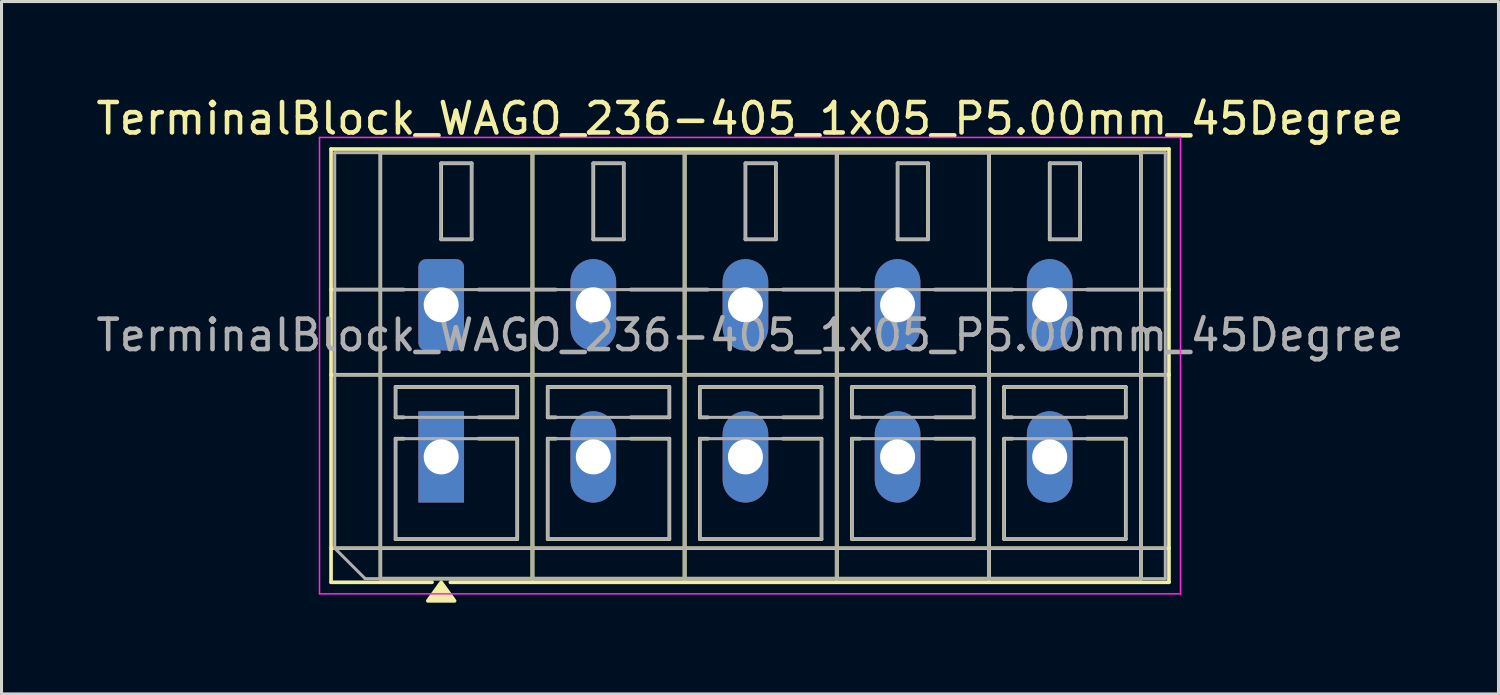
<source format=kicad_pcb>
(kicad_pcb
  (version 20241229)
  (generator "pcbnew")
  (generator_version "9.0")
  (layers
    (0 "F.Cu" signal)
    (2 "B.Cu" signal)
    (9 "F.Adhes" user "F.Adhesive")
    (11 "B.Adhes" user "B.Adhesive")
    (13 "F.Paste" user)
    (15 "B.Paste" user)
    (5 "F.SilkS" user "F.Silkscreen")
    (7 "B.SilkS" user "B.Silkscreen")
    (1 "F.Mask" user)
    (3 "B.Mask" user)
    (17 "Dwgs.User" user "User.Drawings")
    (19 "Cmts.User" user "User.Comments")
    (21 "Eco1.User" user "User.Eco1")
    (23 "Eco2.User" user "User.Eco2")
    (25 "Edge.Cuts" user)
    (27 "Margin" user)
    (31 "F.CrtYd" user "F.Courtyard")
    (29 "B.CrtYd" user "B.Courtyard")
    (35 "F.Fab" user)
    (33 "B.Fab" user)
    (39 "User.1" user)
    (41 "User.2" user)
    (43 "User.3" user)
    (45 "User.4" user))
  (footprint "TerminalBlock_WAGO_236-405_1x05_P5.00mm_45Degree"
    (layer "F.Cu")
    (at 11.451 6.968)
    (property "Reference" "TerminalBlock_WAGO_236-405_1x05_P5.00mm_45Degree" (at 10.15 -6.12 0) (layer "F.SilkS") (effects (font (size 1 1) (thickness 0.15))))
    (attr through_hole)
    (fp_line (start -3.62 -5.12) (end 23.92 -5.12) (stroke (width 0.12) (type solid)) (layer "F.SilkS"))
    (fp_line (start -3.62 -0.5) (end -1.23 -0.5) (stroke (width 0.12) (type solid)) (layer "F.SilkS"))
    (fp_line (start -3.62 2.3) (end 23.92 2.3) (stroke (width 0.12) (type solid)) (layer "F.SilkS"))
    (fp_line (start -3.62 8) (end 23.92 8) (stroke (width 0.12) (type solid)) (layer "F.SilkS"))
    (fp_line (start -3.62 9.12) (end -3.62 -5.12) (stroke (width 0.12) (type solid)) (layer "F.SilkS"))
    (fp_line (start -2 -5) (end 3 -5) (stroke (width 0.12) (type solid)) (layer "F.SilkS"))
    (fp_line (start -2 9) (end -2 -5) (stroke (width 0.12) (type solid)) (layer "F.SilkS"))
    (fp_line (start -1.5 2.7) (end 2.5 2.7) (stroke (width 0.12) (type solid)) (layer "F.SilkS"))
    (fp_line (start -1.5 3.7) (end -1.5 2.7) (stroke (width 0.12) (type solid)) (layer "F.SilkS"))
    (fp_line (start -1.5 4.4) (end -1.23 4.4) (stroke (width 0.12) (type solid)) (layer "F.SilkS"))
    (fp_line (start -1.5 7.7) (end -1.5 4.4) (stroke (width 0.12) (type solid)) (layer "F.SilkS"))
    (fp_line (start -1.23 3.7) (end -1.5 3.7) (stroke (width 0.12) (type solid)) (layer "F.SilkS"))
    (fp_line (start -0.3 9.12) (end -3.62 9.12) (stroke (width 0.12) (type solid)) (layer "F.SilkS"))
    (fp_line (start 0 -4.65) (end 1 -4.65) (stroke (width 0.12) (type solid)) (layer "F.SilkS"))
    (fp_line (start 0 -2.15) (end 0 -4.65) (stroke (width 0.12) (type solid)) (layer "F.SilkS"))
    (fp_line (start 1 -4.65) (end 1 -2.15) (stroke (width 0.12) (type solid)) (layer "F.SilkS"))
    (fp_line (start 1 -2.15) (end 0 -2.15) (stroke (width 0.12) (type solid)) (layer "F.SilkS"))
    (fp_line (start 1.23 -0.5) (end 3.77 -0.5) (stroke (width 0.12) (type solid)) (layer "F.SilkS"))
    (fp_line (start 1.23 4.4) (end 2.5 4.4) (stroke (width 0.12) (type solid)) (layer "F.SilkS"))
    (fp_line (start 2.5 2.7) (end 2.5 3.7) (stroke (width 0.12) (type solid)) (layer "F.SilkS"))
    (fp_line (start 2.5 3.7) (end 1.23 3.7) (stroke (width 0.12) (type solid)) (layer "F.SilkS"))
    (fp_line (start 2.5 4.4) (end 2.5 7.7) (stroke (width 0.12) (type solid)) (layer "F.SilkS"))
    (fp_line (start 2.5 7.7) (end -1.5 7.7) (stroke (width 0.12) (type solid)) (layer "F.SilkS"))
    (fp_line (start 3 -5) (end 3 9) (stroke (width 0.12) (type solid)) (layer "F.SilkS"))
    (fp_line (start 3 -5) (end 8 -5) (stroke (width 0.12) (type solid)) (layer "F.SilkS"))
    (fp_line (start 3 9) (end -2 9) (stroke (width 0.12) (type solid)) (layer "F.SilkS"))
    (fp_line (start 3 9) (end 3 -5) (stroke (width 0.12) (type solid)) (layer "F.SilkS"))
    (fp_line (start 3.5 2.7) (end 7.5 2.7) (stroke (width 0.12) (type solid)) (layer "F.SilkS"))
    (fp_line (start 3.5 3.7) (end 3.5 2.7) (stroke (width 0.12) (type solid)) (layer "F.SilkS"))
    (fp_line (start 3.5 4.4) (end 3.77 4.4) (stroke (width 0.12) (type solid)) (layer "F.SilkS"))
    (fp_line (start 3.5 7.7) (end 3.5 4.4) (stroke (width 0.12) (type solid)) (layer "F.SilkS"))
    (fp_line (start 3.77 3.7) (end 3.5 3.7) (stroke (width 0.12) (type solid)) (layer "F.SilkS"))
    (fp_line (start 5 -4.65) (end 6 -4.65) (stroke (width 0.12) (type solid)) (layer "F.SilkS"))
    (fp_line (start 5 -2.15) (end 5 -4.65) (stroke (width 0.12) (type solid)) (layer "F.SilkS"))
    (fp_line (start 6 -4.65) (end 6 -2.15) (stroke (width 0.12) (type solid)) (layer "F.SilkS"))
    (fp_line (start 6 -2.15) (end 5 -2.15) (stroke (width 0.12) (type solid)) (layer "F.SilkS"))
    (fp_line (start 6.23 -0.5) (end 8.77 -0.5) (stroke (width 0.12) (type solid)) (layer "F.SilkS"))
    (fp_line (start 6.23 4.4) (end 7.5 4.4) (stroke (width 0.12) (type solid)) (layer "F.SilkS"))
    (fp_line (start 7.5 2.7) (end 7.5 3.7) (stroke (width 0.12) (type solid)) (layer "F.SilkS"))
    (fp_line (start 7.5 3.7) (end 6.23 3.7) (stroke (width 0.12) (type solid)) (layer "F.SilkS"))
    (fp_line (start 7.5 4.4) (end 7.5 7.7) (stroke (width 0.12) (type solid)) (layer "F.SilkS"))
    (fp_line (start 7.5 7.7) (end 3.5 7.7) (stroke (width 0.12) (type solid)) (layer "F.SilkS"))
    (fp_line (start 8 -5) (end 8 9) (stroke (width 0.12) (type solid)) (layer "F.SilkS"))
    (fp_line (start 8 -5) (end 13 -5) (stroke (width 0.12) (type solid)) (layer "F.SilkS"))
    (fp_line (start 8 9) (end 3 9) (stroke (width 0.12) (type solid)) (layer "F.SilkS"))
    (fp_line (start 8 9) (end 8 -5) (stroke (width 0.12) (type solid)) (layer "F.SilkS"))
    (fp_line (start 8.5 2.7) (end 12.5 2.7) (stroke (width 0.12) (type solid)) (layer "F.SilkS"))
    (fp_line (start 8.5 3.7) (end 8.5 2.7) (stroke (width 0.12) (type solid)) (layer "F.SilkS"))
    (fp_line (start 8.5 4.4) (end 8.77 4.4) (stroke (width 0.12) (type solid)) (layer "F.SilkS"))
    (fp_line (start 8.5 7.7) (end 8.5 4.4) (stroke (width 0.12) (type solid)) (layer "F.SilkS"))
    (fp_line (start 8.77 3.7) (end 8.5 3.7) (stroke (width 0.12) (type solid)) (layer "F.SilkS"))
    (fp_line (start 10 -4.65) (end 11 -4.65) (stroke (width 0.12) (type solid)) (layer "F.SilkS"))
    (fp_line (start 10 -2.15) (end 10 -4.65) (stroke (width 0.12) (type solid)) (layer "F.SilkS"))
    (fp_line (start 11 -4.65) (end 11 -2.15) (stroke (width 0.12) (type solid)) (layer "F.SilkS"))
    (fp_line (start 11 -2.15) (end 10 -2.15) (stroke (width 0.12) (type solid)) (layer "F.SilkS"))
    (fp_line (start 11.23 -0.5) (end 13.77 -0.5) (stroke (width 0.12) (type solid)) (layer "F.SilkS"))
    (fp_line (start 11.23 4.4) (end 12.5 4.4) (stroke (width 0.12) (type solid)) (layer "F.SilkS"))
    (fp_line (start 12.5 2.7) (end 12.5 3.7) (stroke (width 0.12) (type solid)) (layer "F.SilkS"))
    (fp_line (start 12.5 3.7) (end 11.23 3.7) (stroke (width 0.12) (type solid)) (layer "F.SilkS"))
    (fp_line (start 12.5 4.4) (end 12.5 7.7) (stroke (width 0.12) (type solid)) (layer "F.SilkS"))
    (fp_line (start 12.5 7.7) (end 8.5 7.7) (stroke (width 0.12) (type solid)) (layer "F.SilkS"))
    (fp_line (start 13 -5) (end 13 9) (stroke (width 0.12) (type solid)) (layer "F.SilkS"))
    (fp_line (start 13 -5) (end 18 -5) (stroke (width 0.12) (type solid)) (layer "F.SilkS"))
    (fp_line (start 13 9) (end 8 9) (stroke (width 0.12) (type solid)) (layer "F.SilkS"))
    (fp_line (start 13 9) (end 13 -5) (stroke (width 0.12) (type solid)) (layer "F.SilkS"))
    (fp_line (start 13.5 2.7) (end 17.5 2.7) (stroke (width 0.12) (type solid)) (layer "F.SilkS"))
    (fp_line (start 13.5 3.7) (end 13.5 2.7) (stroke (width 0.12) (type solid)) (layer "F.SilkS"))
    (fp_line (start 13.5 4.4) (end 13.77 4.4) (stroke (width 0.12) (type solid)) (layer "F.SilkS"))
    (fp_line (start 13.5 7.7) (end 13.5 4.4) (stroke (width 0.12) (type solid)) (layer "F.SilkS"))
    (fp_line (start 13.77 3.7) (end 13.5 3.7) (stroke (width 0.12) (type solid)) (layer "F.SilkS"))
    (fp_line (start 15 -4.65) (end 16 -4.65) (stroke (width 0.12) (type solid)) (layer "F.SilkS"))
    (fp_line (start 15 -2.15) (end 15 -4.65) (stroke (width 0.12) (type solid)) (layer "F.SilkS"))
    (fp_line (start 16 -4.65) (end 16 -2.15) (stroke (width 0.12) (type solid)) (layer "F.SilkS"))
    (fp_line (start 16 -2.15) (end 15 -2.15) (stroke (width 0.12) (type solid)) (layer "F.SilkS"))
    (fp_line (start 16.23 -0.5) (end 18.77 -0.5) (stroke (width 0.12) (type solid)) (layer "F.SilkS"))
    (fp_line (start 16.23 4.4) (end 17.5 4.4) (stroke (width 0.12) (type solid)) (layer "F.SilkS"))
    (fp_line (start 17.5 2.7) (end 17.5 3.7) (stroke (width 0.12) (type solid)) (layer "F.SilkS"))
    (fp_line (start 17.5 3.7) (end 16.23 3.7) (stroke (width 0.12) (type solid)) (layer "F.SilkS"))
    (fp_line (start 17.5 4.4) (end 17.5 7.7) (stroke (width 0.12) (type solid)) (layer "F.SilkS"))
    (fp_line (start 17.5 7.7) (end 13.5 7.7) (stroke (width 0.12) (type solid)) (layer "F.SilkS"))
    (fp_line (start 18 -5) (end 18 9) (stroke (width 0.12) (type solid)) (layer "F.SilkS"))
    (fp_line (start 18 -5) (end 23 -5) (stroke (width 0.12) (type solid)) (layer "F.SilkS"))
    (fp_line (start 18 9) (end 13 9) (stroke (width 0.12) (type solid)) (layer "F.SilkS"))
    (fp_line (start 18 9) (end 18 -5) (stroke (width 0.12) (type solid)) (layer "F.SilkS"))
    (fp_line (start 18.5 2.7) (end 22.5 2.7) (stroke (width 0.12) (type solid)) (layer "F.SilkS"))
    (fp_line (start 18.5 3.7) (end 18.5 2.7) (stroke (width 0.12) (type solid)) (layer "F.SilkS"))
    (fp_line (start 18.5 4.4) (end 18.77 4.4) (stroke (width 0.12) (type solid)) (layer "F.SilkS"))
    (fp_line (start 18.5 7.7) (end 18.5 4.4) (stroke (width 0.12) (type solid)) (layer "F.SilkS"))
    (fp_line (start 18.77 3.7) (end 18.5 3.7) (stroke (width 0.12) (type solid)) (layer "F.SilkS"))
    (fp_line (start 20 -4.65) (end 21 -4.65) (stroke (width 0.12) (type solid)) (layer "F.SilkS"))
    (fp_line (start 20 -2.15) (end 20 -4.65) (stroke (width 0.12) (type solid)) (layer "F.SilkS"))
    (fp_line (start 21 -4.65) (end 21 -2.15) (stroke (width 0.12) (type solid)) (layer "F.SilkS"))
    (fp_line (start 21 -2.15) (end 20 -2.15) (stroke (width 0.12) (type solid)) (layer "F.SilkS"))
    (fp_line (start 21.23 -0.5) (end 23.92 -0.5) (stroke (width 0.12) (type solid)) (layer "F.SilkS"))
    (fp_line (start 21.23 4.4) (end 22.5 4.4) (stroke (width 0.12) (type solid)) (layer "F.SilkS"))
    (fp_line (start 22.5 2.7) (end 22.5 3.7) (stroke (width 0.12) (type solid)) (layer "F.SilkS"))
    (fp_line (start 22.5 3.7) (end 21.23 3.7) (stroke (width 0.12) (type solid)) (layer "F.SilkS"))
    (fp_line (start 22.5 4.4) (end 22.5 7.7) (stroke (width 0.12) (type solid)) (layer "F.SilkS"))
    (fp_line (start 22.5 7.7) (end 18.5 7.7) (stroke (width 0.12) (type solid)) (layer "F.SilkS"))
    (fp_line (start 23 -5) (end 23 9) (stroke (width 0.12) (type solid)) (layer "F.SilkS"))
    (fp_line (start 23 9) (end 18 9) (stroke (width 0.12) (type solid)) (layer "F.SilkS"))
    (fp_line (start 23.92 -5.12) (end 23.92 9.12) (stroke (width 0.12) (type solid)) (layer "F.SilkS"))
    (fp_line (start 23.92 9.12) (end 0.3 9.12) (stroke (width 0.12) (type solid)) (layer "F.SilkS"))
    (fp_poly (pts (xy 0 9.12) (xy 0.44 9.73) (xy -0.44 9.73)) (stroke (width 0.12) (type solid)) (fill yes) (layer "F.SilkS"))
    (fp_line (start -4 -5.5) (end -4 9.5) (stroke (width 0.05) (type solid)) (layer "F.CrtYd"))
    (fp_line (start -4 9.5) (end 24.3 9.5) (stroke (width 0.05) (type solid)) (layer "F.CrtYd"))
    (fp_line (start 24.3 -5.5) (end -4 -5.5) (stroke (width 0.05) (type solid)) (layer "F.CrtYd"))
    (fp_line (start 24.3 9.5) (end 24.3 -5.5) (stroke (width 0.05) (type solid)) (layer "F.CrtYd"))
    (fp_line (start -3.5 -5) (end 23.8 -5) (stroke (width 0.1) (type solid)) (layer "F.Fab"))
    (fp_line (start -3.5 -0.5) (end 23.8 -0.5) (stroke (width 0.1) (type solid)) (layer "F.Fab"))
    (fp_line (start -3.5 2.3) (end 23.8 2.3) (stroke (width 0.1) (type solid)) (layer "F.Fab"))
    (fp_line (start -3.5 8) (end -3.5 -5) (stroke (width 0.1) (type solid)) (layer "F.Fab"))
    (fp_line (start -3.5 8) (end 23.8 8) (stroke (width 0.1) (type solid)) (layer "F.Fab"))
    (fp_line (start -2.5 9) (end -3.5 8) (stroke (width 0.1) (type solid)) (layer "F.Fab"))
    (fp_line (start -2 -5) (end -2 9) (stroke (width 0.1) (type solid)) (layer "F.Fab"))
    (fp_line (start -2 9) (end 3 9) (stroke (width 0.1) (type solid)) (layer "F.Fab"))
    (fp_line (start -1.5 2.7) (end -1.5 3.7) (stroke (width 0.1) (type solid)) (layer "F.Fab"))
    (fp_line (start -1.5 3.7) (end 2.5 3.7) (stroke (width 0.1) (type solid)) (layer "F.Fab"))
    (fp_line (start -1.5 4.4) (end -1.5 7.7) (stroke (width 0.1) (type solid)) (layer "F.Fab"))
    (fp_line (start -1.5 7.7) (end 2.5 7.7) (stroke (width 0.1) (type solid)) (layer "F.Fab"))
    (fp_line (start 0 -4.65) (end 0 -2.15) (stroke (width 0.1) (type solid)) (layer "F.Fab"))
    (fp_line (start 0 -2.15) (end 1 -2.15) (stroke (width 0.1) (type solid)) (layer "F.Fab"))
    (fp_line (start 1 -4.65) (end 0 -4.65) (stroke (width 0.1) (type solid)) (layer "F.Fab"))
    (fp_line (start 1 -2.15) (end 1 -4.65) (stroke (width 0.1) (type solid)) (layer "F.Fab"))
    (fp_line (start 2.5 2.7) (end -1.5 2.7) (stroke (width 0.1) (type solid)) (layer "F.Fab"))
    (fp_line (start 2.5 3.7) (end 2.5 2.7) (stroke (width 0.1) (type solid)) (layer "F.Fab"))
    (fp_line (start 2.5 4.4) (end -1.5 4.4) (stroke (width 0.1) (type solid)) (layer "F.Fab"))
    (fp_line (start 2.5 7.7) (end 2.5 4.4) (stroke (width 0.1) (type solid)) (layer "F.Fab"))
    (fp_line (start 3 -5) (end -2 -5) (stroke (width 0.1) (type solid)) (layer "F.Fab"))
    (fp_line (start 3 -5) (end 3 9) (stroke (width 0.1) (type solid)) (layer "F.Fab"))
    (fp_line (start 3 9) (end 3 -5) (stroke (width 0.1) (type solid)) (layer "F.Fab"))
    (fp_line (start 3 9) (end 8 9) (stroke (width 0.1) (type solid)) (layer "F.Fab"))
    (fp_line (start 3.5 2.7) (end 3.5 3.7) (stroke (width 0.1) (type solid)) (layer "F.Fab"))
    (fp_line (start 3.5 3.7) (end 7.5 3.7) (stroke (width 0.1) (type solid)) (layer "F.Fab"))
    (fp_line (start 3.5 4.4) (end 3.5 7.7) (stroke (width 0.1) (type solid)) (layer "F.Fab"))
    (fp_line (start 3.5 7.7) (end 7.5 7.7) (stroke (width 0.1) (type solid)) (layer "F.Fab"))
    (fp_line (start 5 -4.65) (end 5 -2.15) (stroke (width 0.1) (type solid)) (layer "F.Fab"))
    (fp_line (start 5 -2.15) (end 6 -2.15) (stroke (width 0.1) (type solid)) (layer "F.Fab"))
    (fp_line (start 6 -4.65) (end 5 -4.65) (stroke (width 0.1) (type solid)) (layer "F.Fab"))
    (fp_line (start 6 -2.15) (end 6 -4.65) (stroke (width 0.1) (type solid)) (layer "F.Fab"))
    (fp_line (start 7.5 2.7) (end 3.5 2.7) (stroke (width 0.1) (type solid)) (layer "F.Fab"))
    (fp_line (start 7.5 3.7) (end 7.5 2.7) (stroke (width 0.1) (type solid)) (layer "F.Fab"))
    (fp_line (start 7.5 4.4) (end 3.5 4.4) (stroke (width 0.1) (type solid)) (layer "F.Fab"))
    (fp_line (start 7.5 7.7) (end 7.5 4.4) (stroke (width 0.1) (type solid)) (layer "F.Fab"))
    (fp_line (start 8 -5) (end 3 -5) (stroke (width 0.1) (type solid)) (layer "F.Fab"))
    (fp_line (start 8 -5) (end 8 9) (stroke (width 0.1) (type solid)) (layer "F.Fab"))
    (fp_line (start 8 9) (end 8 -5) (stroke (width 0.1) (type solid)) (layer "F.Fab"))
    (fp_line (start 8 9) (end 13 9) (stroke (width 0.1) (type solid)) (layer "F.Fab"))
    (fp_line (start 8.5 2.7) (end 8.5 3.7) (stroke (width 0.1) (type solid)) (layer "F.Fab"))
    (fp_line (start 8.5 3.7) (end 12.5 3.7) (stroke (width 0.1) (type solid)) (layer "F.Fab"))
    (fp_line (start 8.5 4.4) (end 8.5 7.7) (stroke (width 0.1) (type solid)) (layer "F.Fab"))
    (fp_line (start 8.5 7.7) (end 12.5 7.7) (stroke (width 0.1) (type solid)) (layer "F.Fab"))
    (fp_line (start 10 -4.65) (end 10 -2.15) (stroke (width 0.1) (type solid)) (layer "F.Fab"))
    (fp_line (start 10 -2.15) (end 11 -2.15) (stroke (width 0.1) (type solid)) (layer "F.Fab"))
    (fp_line (start 11 -4.65) (end 10 -4.65) (stroke (width 0.1) (type solid)) (layer "F.Fab"))
    (fp_line (start 11 -2.15) (end 11 -4.65) (stroke (width 0.1) (type solid)) (layer "F.Fab"))
    (fp_line (start 12.5 2.7) (end 8.5 2.7) (stroke (width 0.1) (type solid)) (layer "F.Fab"))
    (fp_line (start 12.5 3.7) (end 12.5 2.7) (stroke (width 0.1) (type solid)) (layer "F.Fab"))
    (fp_line (start 12.5 4.4) (end 8.5 4.4) (stroke (width 0.1) (type solid)) (layer "F.Fab"))
    (fp_line (start 12.5 7.7) (end 12.5 4.4) (stroke (width 0.1) (type solid)) (layer "F.Fab"))
    (fp_line (start 13 -5) (end 8 -5) (stroke (width 0.1) (type solid)) (layer "F.Fab"))
    (fp_line (start 13 -5) (end 13 9) (stroke (width 0.1) (type solid)) (layer "F.Fab"))
    (fp_line (start 13 9) (end 13 -5) (stroke (width 0.1) (type solid)) (layer "F.Fab"))
    (fp_line (start 13 9) (end 18 9) (stroke (width 0.1) (type solid)) (layer "F.Fab"))
    (fp_line (start 13.5 2.7) (end 13.5 3.7) (stroke (width 0.1) (type solid)) (layer "F.Fab"))
    (fp_line (start 13.5 3.7) (end 17.5 3.7) (stroke (width 0.1) (type solid)) (layer "F.Fab"))
    (fp_line (start 13.5 4.4) (end 13.5 7.7) (stroke (width 0.1) (type solid)) (layer "F.Fab"))
    (fp_line (start 13.5 7.7) (end 17.5 7.7) (stroke (width 0.1) (type solid)) (layer "F.Fab"))
    (fp_line (start 15 -4.65) (end 15 -2.15) (stroke (width 0.1) (type solid)) (layer "F.Fab"))
    (fp_line (start 15 -2.15) (end 16 -2.15) (stroke (width 0.1) (type solid)) (layer "F.Fab"))
    (fp_line (start 16 -4.65) (end 15 -4.65) (stroke (width 0.1) (type solid)) (layer "F.Fab"))
    (fp_line (start 16 -2.15) (end 16 -4.65) (stroke (width 0.1) (type solid)) (layer "F.Fab"))
    (fp_line (start 17.5 2.7) (end 13.5 2.7) (stroke (width 0.1) (type solid)) (layer "F.Fab"))
    (fp_line (start 17.5 3.7) (end 17.5 2.7) (stroke (width 0.1) (type solid)) (layer "F.Fab"))
    (fp_line (start 17.5 4.4) (end 13.5 4.4) (stroke (width 0.1) (type solid)) (layer "F.Fab"))
    (fp_line (start 17.5 7.7) (end 17.5 4.4) (stroke (width 0.1) (type solid)) (layer "F.Fab"))
    (fp_line (start 18 -5) (end 13 -5) (stroke (width 0.1) (type solid)) (layer "F.Fab"))
    (fp_line (start 18 -5) (end 18 9) (stroke (width 0.1) (type solid)) (layer "F.Fab"))
    (fp_line (start 18 9) (end 18 -5) (stroke (width 0.1) (type solid)) (layer "F.Fab"))
    (fp_line (start 18 9) (end 23 9) (stroke (width 0.1) (type solid)) (layer "F.Fab"))
    (fp_line (start 18.5 2.7) (end 18.5 3.7) (stroke (width 0.1) (type solid)) (layer "F.Fab"))
    (fp_line (start 18.5 3.7) (end 22.5 3.7) (stroke (width 0.1) (type solid)) (layer "F.Fab"))
    (fp_line (start 18.5 4.4) (end 18.5 7.7) (stroke (width 0.1) (type solid)) (layer "F.Fab"))
    (fp_line (start 18.5 7.7) (end 22.5 7.7) (stroke (width 0.1) (type solid)) (layer "F.Fab"))
    (fp_line (start 20 -4.65) (end 20 -2.15) (stroke (width 0.1) (type solid)) (layer "F.Fab"))
    (fp_line (start 20 -2.15) (end 21 -2.15) (stroke (width 0.1) (type solid)) (layer "F.Fab"))
    (fp_line (start 21 -4.65) (end 20 -4.65) (stroke (width 0.1) (type solid)) (layer "F.Fab"))
    (fp_line (start 21 -2.15) (end 21 -4.65) (stroke (width 0.1) (type solid)) (layer "F.Fab"))
    (fp_line (start 22.5 2.7) (end 18.5 2.7) (stroke (width 0.1) (type solid)) (layer "F.Fab"))
    (fp_line (start 22.5 3.7) (end 22.5 2.7) (stroke (width 0.1) (type solid)) (layer "F.Fab"))
    (fp_line (start 22.5 4.4) (end 18.5 4.4) (stroke (width 0.1) (type solid)) (layer "F.Fab"))
    (fp_line (start 22.5 7.7) (end 22.5 4.4) (stroke (width 0.1) (type solid)) (layer "F.Fab"))
    (fp_line (start 23 -5) (end 18 -5) (stroke (width 0.1) (type solid)) (layer "F.Fab"))
    (fp_line (start 23 9) (end 23 -5) (stroke (width 0.1) (type solid)) (layer "F.Fab"))
    (fp_line (start 23.8 -5) (end 23.8 9) (stroke (width 0.1) (type solid)) (layer "F.Fab"))
    (fp_line (start 23.8 9) (end -2.5 9) (stroke (width 0.1) (type solid)) (layer "F.Fab"))
    (fp_text user "${REFERENCE}" (at 10.15 1 0) (layer "F.Fab") (effects (font (size 1 1) (thickness 0.15))))
    (pad "1" thru_hole roundrect (at 0 0) (size 1.5 3) (drill 1.15) (layers "*.Cu" "*.Mask") (roundrect_rratio 0.167))
    (pad "1" thru_hole rect (at 0 5) (size 1.5 3) (drill 1.15) (layers "*.Cu" "*.Mask"))
    (pad "2" thru_hole oval (at 5 0) (size 1.5 3) (drill 1.15) (layers "*.Cu" "*.Mask"))
    (pad "2" thru_hole oval (at 5 5) (size 1.5 3) (drill 1.15) (layers "*.Cu" "*.Mask"))
    (pad "3" thru_hole oval (at 10 0) (size 1.5 3) (drill 1.15) (layers "*.Cu" "*.Mask"))
    (pad "3" thru_hole oval (at 10 5) (size 1.5 3) (drill 1.15) (layers "*.Cu" "*.Mask"))
    (pad "4" thru_hole oval (at 15 0) (size 1.5 3) (drill 1.15) (layers "*.Cu" "*.Mask"))
    (pad "4" thru_hole oval (at 15 5) (size 1.5 3) (drill 1.15) (layers "*.Cu" "*.Mask"))
    (pad "5" thru_hole oval (at 20 0) (size 1.5 3) (drill 1.15) (layers "*.Cu" "*.Mask"))
    (pad "5" thru_hole oval (at 20 5) (size 1.5 3) (drill 1.15) (layers "*.Cu" "*.Mask")))
  (gr_rect
    (start -3 -3)
    (end 46.202 19.758)
    (stroke (width 0.1) (type default))
    (fill no)
    (layer "Edge.Cuts")))
</source>
